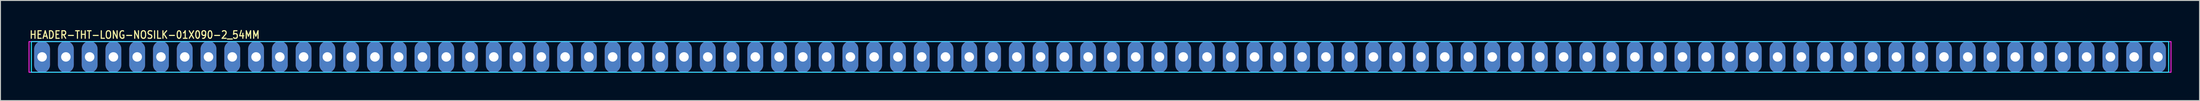
<source format=kicad_pcb>
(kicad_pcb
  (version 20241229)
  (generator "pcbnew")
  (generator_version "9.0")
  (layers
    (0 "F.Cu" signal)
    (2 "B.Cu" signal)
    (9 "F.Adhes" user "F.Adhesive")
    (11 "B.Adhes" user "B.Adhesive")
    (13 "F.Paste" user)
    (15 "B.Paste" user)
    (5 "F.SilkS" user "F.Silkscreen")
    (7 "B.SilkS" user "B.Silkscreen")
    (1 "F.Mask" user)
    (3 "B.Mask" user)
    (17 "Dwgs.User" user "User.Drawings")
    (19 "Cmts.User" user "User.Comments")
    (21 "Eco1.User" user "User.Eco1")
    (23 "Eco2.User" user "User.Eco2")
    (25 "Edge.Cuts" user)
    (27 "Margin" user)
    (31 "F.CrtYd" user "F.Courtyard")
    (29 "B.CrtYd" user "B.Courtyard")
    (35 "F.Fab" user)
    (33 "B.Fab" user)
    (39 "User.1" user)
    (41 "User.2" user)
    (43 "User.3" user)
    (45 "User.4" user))
  (footprint "HEADER-THT-LONG-NOSILK-01X090-2_54MM"
    (layer "F.Cu")
    (at 1.447 3.079)
    (property "Reference" "HEADER-THT-LONG-NOSILK-01X090-2_54MM" (at -1.4 -1.9 0) (unlocked yes) (layer "F.SilkS") (effects (font (size 0.813 0.695) (thickness 0.122)) (justify left bottom)))
    (fp_poly (pts (xy -1.143 -1.651) (xy 227.203 -1.651) (xy 227.203 1.651) (xy -1.143 1.651)) (stroke (width 0.1) (type solid)) (fill no) (layer "B.CrtYd"))
    (fp_poly (pts (xy -1.397 -1.651) (xy 227.457 -1.651) (xy 227.457 1.651) (xy -1.397 1.651)) (stroke (width 0.1) (type solid)) (fill no) (layer "F.CrtYd"))
    (pad "1" thru_hole oval (at 0 0 90) (size 3.387 1.693) (drill 1.016) (layers "*.Cu" "*.Mask"))
    (pad "2" thru_hole oval (at 2.54 0 90) (size 3.387 1.693) (drill 1.016) (layers "*.Cu" "*.Mask"))
    (pad "3" thru_hole oval (at 5.08 0 90) (size 3.387 1.693) (drill 1.016) (layers "*.Cu" "*.Mask"))
    (pad "4" thru_hole oval (at 7.62 0 90) (size 3.387 1.693) (drill 1.016) (layers "*.Cu" "*.Mask"))
    (pad "5" thru_hole oval (at 10.16 0 90) (size 3.387 1.693) (drill 1.016) (layers "*.Cu" "*.Mask"))
    (pad "6" thru_hole oval (at 12.7 0 90) (size 3.387 1.693) (drill 1.016) (layers "*.Cu" "*.Mask"))
    (pad "7" thru_hole oval (at 15.24 0 90) (size 3.387 1.693) (drill 1.016) (layers "*.Cu" "*.Mask"))
    (pad "8" thru_hole oval (at 17.78 0 90) (size 3.387 1.693) (drill 1.016) (layers "*.Cu" "*.Mask"))
    (pad "9" thru_hole oval (at 20.32 0 90) (size 3.387 1.693) (drill 1.016) (layers "*.Cu" "*.Mask"))
    (pad "10" thru_hole oval (at 22.86 0 90) (size 3.387 1.693) (drill 1.016) (layers "*.Cu" "*.Mask"))
    (pad "11" thru_hole oval (at 25.4 0 90) (size 3.387 1.693) (drill 1.016) (layers "*.Cu" "*.Mask"))
    (pad "12" thru_hole oval (at 27.94 0 90) (size 3.387 1.693) (drill 1.016) (layers "*.Cu" "*.Mask"))
    (pad "13" thru_hole oval (at 30.48 0 90) (size 3.387 1.693) (drill 1.016) (layers "*.Cu" "*.Mask"))
    (pad "14" thru_hole oval (at 33.02 0 90) (size 3.387 1.693) (drill 1.016) (layers "*.Cu" "*.Mask"))
    (pad "15" thru_hole oval (at 35.56 0 90) (size 3.387 1.693) (drill 1.016) (layers "*.Cu" "*.Mask"))
    (pad "16" thru_hole oval (at 38.1 0 90) (size 3.387 1.693) (drill 1.016) (layers "*.Cu" "*.Mask"))
    (pad "17" thru_hole oval (at 40.64 0 90) (size 3.387 1.693) (drill 1.016) (layers "*.Cu" "*.Mask"))
    (pad "18" thru_hole oval (at 43.18 0 90) (size 3.387 1.693) (drill 1.016) (layers "*.Cu" "*.Mask"))
    (pad "19" thru_hole oval (at 45.72 0 90) (size 3.387 1.693) (drill 1.016) (layers "*.Cu" "*.Mask"))
    (pad "20" thru_hole oval (at 48.26 0 90) (size 3.387 1.693) (drill 1.016) (layers "*.Cu" "*.Mask"))
    (pad "21" thru_hole oval (at 50.8 0 90) (size 3.387 1.693) (drill 1.016) (layers "*.Cu" "*.Mask"))
    (pad "22" thru_hole oval (at 53.34 0 90) (size 3.387 1.693) (drill 1.016) (layers "*.Cu" "*.Mask"))
    (pad "23" thru_hole oval (at 55.88 0 90) (size 3.387 1.693) (drill 1.016) (layers "*.Cu" "*.Mask"))
    (pad "24" thru_hole oval (at 58.42 0 90) (size 3.387 1.693) (drill 1.016) (layers "*.Cu" "*.Mask"))
    (pad "25" thru_hole oval (at 60.96 0 90) (size 3.387 1.693) (drill 1.016) (layers "*.Cu" "*.Mask"))
    (pad "26" thru_hole oval (at 63.5 0 90) (size 3.387 1.693) (drill 1.016) (layers "*.Cu" "*.Mask"))
    (pad "27" thru_hole oval (at 66.04 0 90) (size 3.387 1.693) (drill 1.016) (layers "*.Cu" "*.Mask"))
    (pad "28" thru_hole oval (at 68.58 0 90) (size 3.387 1.693) (drill 1.016) (layers "*.Cu" "*.Mask"))
    (pad "29" thru_hole oval (at 71.12 0 90) (size 3.387 1.693) (drill 1.016) (layers "*.Cu" "*.Mask"))
    (pad "30" thru_hole oval (at 73.66 0 90) (size 3.387 1.693) (drill 1.016) (layers "*.Cu" "*.Mask"))
    (pad "31" thru_hole oval (at 76.2 0 90) (size 3.387 1.693) (drill 1.016) (layers "*.Cu" "*.Mask"))
    (pad "32" thru_hole oval (at 78.74 0 90) (size 3.387 1.693) (drill 1.016) (layers "*.Cu" "*.Mask"))
    (pad "33" thru_hole oval (at 81.28 0 90) (size 3.387 1.693) (drill 1.016) (layers "*.Cu" "*.Mask"))
    (pad "34" thru_hole oval (at 83.82 0 90) (size 3.387 1.693) (drill 1.016) (layers "*.Cu" "*.Mask"))
    (pad "35" thru_hole oval (at 86.36 0 90) (size 3.387 1.693) (drill 1.016) (layers "*.Cu" "*.Mask"))
    (pad "36" thru_hole oval (at 88.9 0 90) (size 3.387 1.693) (drill 1.016) (layers "*.Cu" "*.Mask"))
    (pad "37" thru_hole oval (at 91.44 0 90) (size 3.387 1.693) (drill 1.016) (layers "*.Cu" "*.Mask"))
    (pad "38" thru_hole oval (at 93.98 0 90) (size 3.387 1.693) (drill 1.016) (layers "*.Cu" "*.Mask"))
    (pad "39" thru_hole oval (at 96.52 0 90) (size 3.387 1.693) (drill 1.016) (layers "*.Cu" "*.Mask"))
    (pad "40" thru_hole oval (at 99.06 0 90) (size 3.387 1.693) (drill 1.016) (layers "*.Cu" "*.Mask"))
    (pad "41" thru_hole oval (at 101.6 0 90) (size 3.387 1.693) (drill 1.016) (layers "*.Cu" "*.Mask"))
    (pad "42" thru_hole oval (at 104.14 0 90) (size 3.387 1.693) (drill 1.016) (layers "*.Cu" "*.Mask"))
    (pad "43" thru_hole oval (at 106.68 0 90) (size 3.387 1.693) (drill 1.016) (layers "*.Cu" "*.Mask"))
    (pad "44" thru_hole oval (at 109.22 0 90) (size 3.387 1.693) (drill 1.016) (layers "*.Cu" "*.Mask"))
    (pad "45" thru_hole oval (at 111.76 0 90) (size 3.387 1.693) (drill 1.016) (layers "*.Cu" "*.Mask"))
    (pad "46" thru_hole oval (at 114.3 0 90) (size 3.387 1.693) (drill 1.016) (layers "*.Cu" "*.Mask"))
    (pad "47" thru_hole oval (at 116.84 0 90) (size 3.387 1.693) (drill 1.016) (layers "*.Cu" "*.Mask"))
    (pad "48" thru_hole oval (at 119.38 0 90) (size 3.387 1.693) (drill 1.016) (layers "*.Cu" "*.Mask"))
    (pad "49" thru_hole oval (at 121.92 0 90) (size 3.387 1.693) (drill 1.016) (layers "*.Cu" "*.Mask"))
    (pad "50" thru_hole oval (at 124.46 0 90) (size 3.387 1.693) (drill 1.016) (layers "*.Cu" "*.Mask"))
    (pad "51" thru_hole oval (at 127 0 90) (size 3.387 1.693) (drill 1.016) (layers "*.Cu" "*.Mask"))
    (pad "52" thru_hole oval (at 129.54 0 90) (size 3.387 1.693) (drill 1.016) (layers "*.Cu" "*.Mask"))
    (pad "53" thru_hole oval (at 132.08 0 90) (size 3.387 1.693) (drill 1.016) (layers "*.Cu" "*.Mask"))
    (pad "54" thru_hole oval (at 134.62 0 90) (size 3.387 1.693) (drill 1.016) (layers "*.Cu" "*.Mask"))
    (pad "55" thru_hole oval (at 137.16 0 90) (size 3.387 1.693) (drill 1.016) (layers "*.Cu" "*.Mask"))
    (pad "56" thru_hole oval (at 139.7 0 90) (size 3.387 1.693) (drill 1.016) (layers "*.Cu" "*.Mask"))
    (pad "57" thru_hole oval (at 142.24 0 90) (size 3.387 1.693) (drill 1.016) (layers "*.Cu" "*.Mask"))
    (pad "58" thru_hole oval (at 144.78 0 90) (size 3.387 1.693) (drill 1.016) (layers "*.Cu" "*.Mask"))
    (pad "59" thru_hole oval (at 147.32 0 90) (size 3.387 1.693) (drill 1.016) (layers "*.Cu" "*.Mask"))
    (pad "60" thru_hole oval (at 149.86 0 90) (size 3.387 1.693) (drill 1.016) (layers "*.Cu" "*.Mask"))
    (pad "61" thru_hole oval (at 152.4 0 90) (size 3.387 1.693) (drill 1.016) (layers "*.Cu" "*.Mask"))
    (pad "62" thru_hole oval (at 154.94 0 90) (size 3.387 1.693) (drill 1.016) (layers "*.Cu" "*.Mask"))
    (pad "63" thru_hole oval (at 157.48 0 90) (size 3.387 1.693) (drill 1.016) (layers "*.Cu" "*.Mask"))
    (pad "64" thru_hole oval (at 160.02 0 90) (size 3.387 1.693) (drill 1.016) (layers "*.Cu" "*.Mask"))
    (pad "65" thru_hole oval (at 162.56 0 90) (size 3.387 1.693) (drill 1.016) (layers "*.Cu" "*.Mask"))
    (pad "66" thru_hole oval (at 165.1 0 90) (size 3.387 1.693) (drill 1.016) (layers "*.Cu" "*.Mask"))
    (pad "67" thru_hole oval (at 167.64 0 90) (size 3.387 1.693) (drill 1.016) (layers "*.Cu" "*.Mask"))
    (pad "68" thru_hole oval (at 170.18 0 90) (size 3.387 1.693) (drill 1.016) (layers "*.Cu" "*.Mask"))
    (pad "69" thru_hole oval (at 172.72 0 90) (size 3.387 1.693) (drill 1.016) (layers "*.Cu" "*.Mask"))
    (pad "70" thru_hole oval (at 175.26 0 90) (size 3.387 1.693) (drill 1.016) (layers "*.Cu" "*.Mask"))
    (pad "71" thru_hole oval (at 177.8 0 90) (size 3.387 1.693) (drill 1.016) (layers "*.Cu" "*.Mask"))
    (pad "72" thru_hole oval (at 180.34 0 90) (size 3.387 1.693) (drill 1.016) (layers "*.Cu" "*.Mask"))
    (pad "73" thru_hole oval (at 182.88 0 90) (size 3.387 1.693) (drill 1.016) (layers "*.Cu" "*.Mask"))
    (pad "74" thru_hole oval (at 185.42 0 90) (size 3.387 1.693) (drill 1.016) (layers "*.Cu" "*.Mask"))
    (pad "75" thru_hole oval (at 187.96 0 90) (size 3.387 1.693) (drill 1.016) (layers "*.Cu" "*.Mask"))
    (pad "76" thru_hole oval (at 190.5 0 90) (size 3.387 1.693) (drill 1.016) (layers "*.Cu" "*.Mask"))
    (pad "77" thru_hole oval (at 193.04 0 90) (size 3.387 1.693) (drill 1.016) (layers "*.Cu" "*.Mask"))
    (pad "78" thru_hole oval (at 195.58 0 90) (size 3.387 1.693) (drill 1.016) (layers "*.Cu" "*.Mask"))
    (pad "79" thru_hole oval (at 198.12 0 90) (size 3.387 1.693) (drill 1.016) (layers "*.Cu" "*.Mask"))
    (pad "80" thru_hole oval (at 200.66 0 90) (size 3.387 1.693) (drill 1.016) (layers "*.Cu" "*.Mask"))
    (pad "81" thru_hole oval (at 203.2 0 90) (size 3.387 1.693) (drill 1.016) (layers "*.Cu" "*.Mask"))
    (pad "82" thru_hole oval (at 205.74 0 90) (size 3.387 1.693) (drill 1.016) (layers "*.Cu" "*.Mask"))
    (pad "83" thru_hole oval (at 208.28 0 90) (size 3.387 1.693) (drill 1.016) (layers "*.Cu" "*.Mask"))
    (pad "84" thru_hole oval (at 210.82 0 90) (size 3.387 1.693) (drill 1.016) (layers "*.Cu" "*.Mask"))
    (pad "85" thru_hole oval (at 213.36 0 90) (size 3.387 1.693) (drill 1.016) (layers "*.Cu" "*.Mask"))
    (pad "86" thru_hole oval (at 215.9 0 90) (size 3.387 1.693) (drill 1.016) (layers "*.Cu" "*.Mask"))
    (pad "87" thru_hole oval (at 218.44 0 90) (size 3.387 1.693) (drill 1.016) (layers "*.Cu" "*.Mask"))
    (pad "88" thru_hole oval (at 220.98 0 90) (size 3.387 1.693) (drill 1.016) (layers "*.Cu" "*.Mask"))
    (pad "89" thru_hole oval (at 223.52 0 90) (size 3.387 1.693) (drill 1.016) (layers "*.Cu" "*.Mask"))
    (pad "90" thru_hole oval (at 226.06 0 90) (size 3.387 1.693) (drill 1.016) (layers "*.Cu" "*.Mask")))
  (gr_rect
    (start -3 -3)
    (end 231.954 7.78)
    (stroke (width 0.1) (type default))
    (fill no)
    (layer "Edge.Cuts")))
</source>
